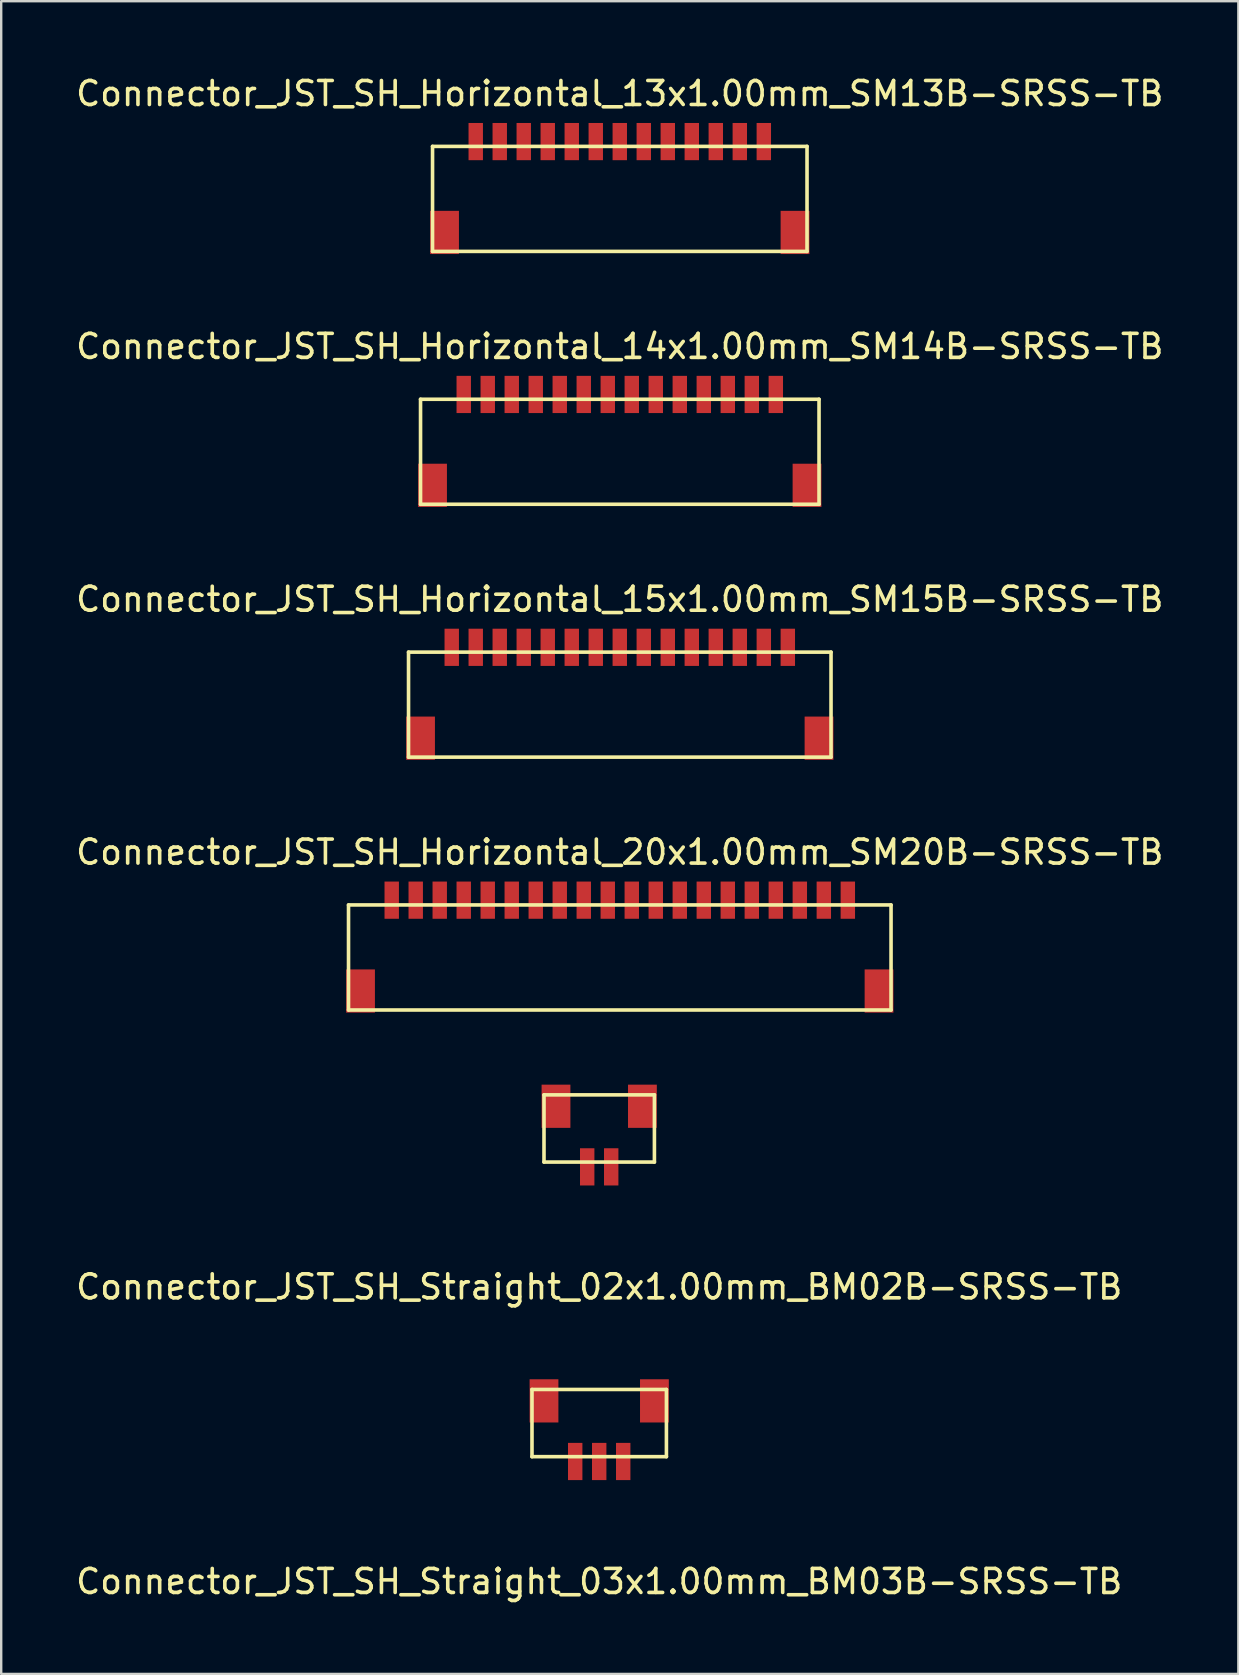
<source format=kicad_pcb>
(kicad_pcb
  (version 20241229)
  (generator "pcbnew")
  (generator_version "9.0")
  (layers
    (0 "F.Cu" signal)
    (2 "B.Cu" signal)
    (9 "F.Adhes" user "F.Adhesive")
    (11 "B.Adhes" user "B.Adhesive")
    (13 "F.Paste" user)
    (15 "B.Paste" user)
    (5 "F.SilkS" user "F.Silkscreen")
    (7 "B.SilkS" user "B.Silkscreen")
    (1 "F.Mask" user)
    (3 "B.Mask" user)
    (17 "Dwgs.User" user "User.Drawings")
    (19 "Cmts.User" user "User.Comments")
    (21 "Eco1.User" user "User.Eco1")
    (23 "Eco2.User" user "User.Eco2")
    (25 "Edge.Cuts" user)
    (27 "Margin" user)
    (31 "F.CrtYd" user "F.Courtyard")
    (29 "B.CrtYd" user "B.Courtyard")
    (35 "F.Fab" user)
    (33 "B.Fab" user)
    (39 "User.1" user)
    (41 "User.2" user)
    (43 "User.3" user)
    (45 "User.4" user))
  (footprint "Connector_JST_SH_Straight_03x1.00mm_BM03B-SRSS-TB"
    (layer "F.Cu")
    (at 21.911 57.831)
    (property "Reference" "Connector_JST_SH_Straight_03x1.00mm_BM03B-SRSS-TB" (at 0 5 0) (layer "F.SilkS") (effects (font (size 1 1) (thickness 0.15))))
    (attr smd)
    (fp_line (start -2.8 -3) (end -2.8 -0.2) (stroke (width 0.15) (type solid)) (layer "F.SilkS"))
    (fp_line (start -2.8 -3) (end 2.8 -3) (stroke (width 0.15) (type solid)) (layer "F.SilkS"))
    (fp_line (start -2.8 -0.2) (end 2.8 -0.2) (stroke (width 0.15) (type solid)) (layer "F.SilkS"))
    (fp_line (start 2.8 -3) (end 2.8 -0.2) (stroke (width 0.15) (type solid)) (layer "F.SilkS"))
    (pad "1" smd rect (at -1 0) (size 0.6 1.55) (layers "F.Cu" "F.Mask" "F.Paste"))
    (pad "2" smd rect (at 0 0) (size 0.6 1.55) (layers "F.Cu" "F.Mask" "F.Paste"))
    (pad "3" smd rect (at 1 0) (size 0.6 1.55) (layers "F.Cu" "F.Mask" "F.Paste"))
    (pad "4" smd rect (at -2.3 -2.525) (size 1.2 1.8) (layers "F.Cu" "F.Mask" "F.Paste"))
    (pad "4" smd rect (at 2.3 -2.525) (size 1.2 1.8) (layers "F.Cu" "F.Mask" "F.Paste")))
  (footprint "Connector_JST_SH_Horizontal_14x1.00mm_SM14B-SRSS-TB"
    (layer "F.Cu")
    (at 22.768 13.382)
    (property "Reference" "Connector_JST_SH_Horizontal_14x1.00mm_SM14B-SRSS-TB" (at 0 -2 0) (layer "F.SilkS") (effects (font (size 1 1) (thickness 0.15))))
    (attr smd)
    (fp_line (start -8.3 0.2) (end 8.3 0.2) (stroke (width 0.15) (type solid)) (layer "F.SilkS"))
    (fp_line (start -8.3 4.575) (end -8.3 0.2) (stroke (width 0.15) (type solid)) (layer "F.SilkS"))
    (fp_line (start -8.3 4.575) (end 8.3 4.575) (stroke (width 0.15) (type solid)) (layer "F.SilkS"))
    (fp_line (start 8.3 4.575) (end 8.3 0.2) (stroke (width 0.15) (type solid)) (layer "F.SilkS"))
    (pad "1" smd rect (at -6.5 0) (size 0.6 1.55) (layers "F.Cu" "F.Mask" "F.Paste"))
    (pad "2" smd rect (at -5.5 0) (size 0.6 1.55) (layers "F.Cu" "F.Mask" "F.Paste"))
    (pad "3" smd rect (at -4.5 0) (size 0.6 1.55) (layers "F.Cu" "F.Mask" "F.Paste"))
    (pad "4" smd rect (at -3.5 0) (size 0.6 1.55) (layers "F.Cu" "F.Mask" "F.Paste"))
    (pad "5" smd rect (at -2.5 0) (size 0.6 1.55) (layers "F.Cu" "F.Mask" "F.Paste"))
    (pad "6" smd rect (at -1.5 0) (size 0.6 1.55) (layers "F.Cu" "F.Mask" "F.Paste"))
    (pad "7" smd rect (at -0.5 0) (size 0.6 1.55) (layers "F.Cu" "F.Mask" "F.Paste"))
    (pad "8" smd rect (at 0.5 0) (size 0.6 1.55) (layers "F.Cu" "F.Mask" "F.Paste"))
    (pad "9" smd rect (at 1.5 0) (size 0.6 1.55) (layers "F.Cu" "F.Mask" "F.Paste"))
    (pad "10" smd rect (at 2.5 0) (size 0.6 1.55) (layers "F.Cu" "F.Mask" "F.Paste"))
    (pad "11" smd rect (at 3.5 0) (size 0.6 1.55) (layers "F.Cu" "F.Mask" "F.Paste"))
    (pad "12" smd rect (at 4.5 0) (size 0.6 1.55) (layers "F.Cu" "F.Mask" "F.Paste"))
    (pad "13" smd rect (at 5.5 0) (size 0.6 1.55) (layers "F.Cu" "F.Mask" "F.Paste"))
    (pad "14" smd rect (at 6.5 0) (size 0.6 1.55) (layers "F.Cu" "F.Mask" "F.Paste"))
    (pad "15" smd rect (at -7.8 3.785) (size 1.2 1.8) (layers "F.Cu" "F.Mask" "F.Paste"))
    (pad "15" smd rect (at 7.8 3.785) (size 1.2 1.8) (layers "F.Cu" "F.Mask" "F.Paste")))
  (footprint "Connector_JST_SH_Horizontal_15x1.00mm_SM15B-SRSS-TB"
    (layer "F.Cu")
    (at 22.768 23.915)
    (property "Reference" "Connector_JST_SH_Horizontal_15x1.00mm_SM15B-SRSS-TB" (at 0 -2 0) (layer "F.SilkS") (effects (font (size 1 1) (thickness 0.15))))
    (attr smd)
    (fp_line (start -8.8 0.2) (end 8.8 0.2) (stroke (width 0.15) (type solid)) (layer "F.SilkS"))
    (fp_line (start -8.8 4.575) (end -8.8 0.2) (stroke (width 0.15) (type solid)) (layer "F.SilkS"))
    (fp_line (start -8.8 4.575) (end 8.8 4.575) (stroke (width 0.15) (type solid)) (layer "F.SilkS"))
    (fp_line (start 8.8 4.575) (end 8.8 0.2) (stroke (width 0.15) (type solid)) (layer "F.SilkS"))
    (pad "1" smd rect (at -7 0) (size 0.6 1.55) (layers "F.Cu" "F.Mask" "F.Paste"))
    (pad "2" smd rect (at -6 0) (size 0.6 1.55) (layers "F.Cu" "F.Mask" "F.Paste"))
    (pad "3" smd rect (at -5 0) (size 0.6 1.55) (layers "F.Cu" "F.Mask" "F.Paste"))
    (pad "4" smd rect (at -4 0) (size 0.6 1.55) (layers "F.Cu" "F.Mask" "F.Paste"))
    (pad "5" smd rect (at -3 0) (size 0.6 1.55) (layers "F.Cu" "F.Mask" "F.Paste"))
    (pad "6" smd rect (at -2 0) (size 0.6 1.55) (layers "F.Cu" "F.Mask" "F.Paste"))
    (pad "7" smd rect (at -1 0) (size 0.6 1.55) (layers "F.Cu" "F.Mask" "F.Paste"))
    (pad "8" smd rect (at 0 0) (size 0.6 1.55) (layers "F.Cu" "F.Mask" "F.Paste"))
    (pad "9" smd rect (at 1 0) (size 0.6 1.55) (layers "F.Cu" "F.Mask" "F.Paste"))
    (pad "10" smd rect (at 2 0) (size 0.6 1.55) (layers "F.Cu" "F.Mask" "F.Paste"))
    (pad "11" smd rect (at 3 0) (size 0.6 1.55) (layers "F.Cu" "F.Mask" "F.Paste"))
    (pad "12" smd rect (at 4 0) (size 0.6 1.55) (layers "F.Cu" "F.Mask" "F.Paste"))
    (pad "13" smd rect (at 5 0) (size 0.6 1.55) (layers "F.Cu" "F.Mask" "F.Paste"))
    (pad "14" smd rect (at 6 0) (size 0.6 1.55) (layers "F.Cu" "F.Mask" "F.Paste"))
    (pad "15" smd rect (at 7 0) (size 0.6 1.55) (layers "F.Cu" "F.Mask" "F.Paste"))
    (pad "16" smd rect (at -8.3 3.785) (size 1.2 1.8) (layers "F.Cu" "F.Mask" "F.Paste"))
    (pad "16" smd rect (at 8.3 3.785) (size 1.2 1.8) (layers "F.Cu" "F.Mask" "F.Paste")))
  (footprint "Connector_JST_SH_Straight_02x1.00mm_BM02B-SRSS-TB"
    (layer "F.Cu")
    (at 21.911 45.558)
    (property "Reference" "Connector_JST_SH_Straight_02x1.00mm_BM02B-SRSS-TB" (at 0 5 0) (layer "F.SilkS") (effects (font (size 1 1) (thickness 0.15))))
    (attr smd)
    (fp_line (start -2.3 -3) (end -2.3 -0.2) (stroke (width 0.15) (type solid)) (layer "F.SilkS"))
    (fp_line (start -2.3 -3) (end 2.3 -3) (stroke (width 0.15) (type solid)) (layer "F.SilkS"))
    (fp_line (start -2.3 -0.2) (end 2.3 -0.2) (stroke (width 0.15) (type solid)) (layer "F.SilkS"))
    (fp_line (start 2.3 -3) (end 2.3 -0.2) (stroke (width 0.15) (type solid)) (layer "F.SilkS"))
    (pad "1" smd rect (at -0.5 0) (size 0.6 1.55) (layers "F.Cu" "F.Mask" "F.Paste"))
    (pad "2" smd rect (at 0.5 0) (size 0.6 1.55) (layers "F.Cu" "F.Mask" "F.Paste"))
    (pad "3" smd rect (at -1.8 -2.525) (size 1.2 1.8) (layers "F.Cu" "F.Mask" "F.Paste"))
    (pad "3" smd rect (at 1.8 -2.525) (size 1.2 1.8) (layers "F.Cu" "F.Mask" "F.Paste")))
  (footprint "Connector_JST_SH_Horizontal_13x1.00mm_SM13B-SRSS-TB"
    (layer "F.Cu")
    (at 22.768 2.848)
    (property "Reference" "Connector_JST_SH_Horizontal_13x1.00mm_SM13B-SRSS-TB" (at 0 -2 0) (layer "F.SilkS") (effects (font (size 1 1) (thickness 0.15))))
    (attr smd)
    (fp_line (start -7.8 0.2) (end 7.8 0.2) (stroke (width 0.15) (type solid)) (layer "F.SilkS"))
    (fp_line (start -7.8 4.575) (end -7.8 0.2) (stroke (width 0.15) (type solid)) (layer "F.SilkS"))
    (fp_line (start -7.8 4.575) (end 7.8 4.575) (stroke (width 0.15) (type solid)) (layer "F.SilkS"))
    (fp_line (start 7.8 4.575) (end 7.8 0.2) (stroke (width 0.15) (type solid)) (layer "F.SilkS"))
    (pad "1" smd rect (at -6 0) (size 0.6 1.55) (layers "F.Cu" "F.Mask" "F.Paste"))
    (pad "2" smd rect (at -5 0) (size 0.6 1.55) (layers "F.Cu" "F.Mask" "F.Paste"))
    (pad "3" smd rect (at -4 0) (size 0.6 1.55) (layers "F.Cu" "F.Mask" "F.Paste"))
    (pad "4" smd rect (at -3 0) (size 0.6 1.55) (layers "F.Cu" "F.Mask" "F.Paste"))
    (pad "5" smd rect (at -2 0) (size 0.6 1.55) (layers "F.Cu" "F.Mask" "F.Paste"))
    (pad "6" smd rect (at -1 0) (size 0.6 1.55) (layers "F.Cu" "F.Mask" "F.Paste"))
    (pad "7" smd rect (at 0 0) (size 0.6 1.55) (layers "F.Cu" "F.Mask" "F.Paste"))
    (pad "8" smd rect (at 1 0) (size 0.6 1.55) (layers "F.Cu" "F.Mask" "F.Paste"))
    (pad "9" smd rect (at 2 0) (size 0.6 1.55) (layers "F.Cu" "F.Mask" "F.Paste"))
    (pad "10" smd rect (at 3 0) (size 0.6 1.55) (layers "F.Cu" "F.Mask" "F.Paste"))
    (pad "11" smd rect (at 4 0) (size 0.6 1.55) (layers "F.Cu" "F.Mask" "F.Paste"))
    (pad "12" smd rect (at 5 0) (size 0.6 1.55) (layers "F.Cu" "F.Mask" "F.Paste"))
    (pad "13" smd rect (at 6 0) (size 0.6 1.55) (layers "F.Cu" "F.Mask" "F.Paste"))
    (pad "14" smd rect (at -7.3 3.785) (size 1.2 1.8) (layers "F.Cu" "F.Mask" "F.Paste"))
    (pad "14" smd rect (at 7.3 3.785) (size 1.2 1.8) (layers "F.Cu" "F.Mask" "F.Paste")))
  (footprint "Connector_JST_SH_Horizontal_20x1.00mm_SM20B-SRSS-TB"
    (layer "F.Cu")
    (at 22.768 34.448)
    (property "Reference" "Connector_JST_SH_Horizontal_20x1.00mm_SM20B-SRSS-TB" (at 0 -2 0) (layer "F.SilkS") (effects (font (size 1 1) (thickness 0.15))))
    (attr smd)
    (fp_line (start -11.3 0.2) (end 11.3 0.2) (stroke (width 0.15) (type solid)) (layer "F.SilkS"))
    (fp_line (start -11.3 4.575) (end -11.3 0.2) (stroke (width 0.15) (type solid)) (layer "F.SilkS"))
    (fp_line (start -11.3 4.575) (end 11.3 4.575) (stroke (width 0.15) (type solid)) (layer "F.SilkS"))
    (fp_line (start 11.3 4.575) (end 11.3 0.2) (stroke (width 0.15) (type solid)) (layer "F.SilkS"))
    (pad "1" smd rect (at -9.5 0) (size 0.6 1.55) (layers "F.Cu" "F.Mask" "F.Paste"))
    (pad "2" smd rect (at -8.5 0) (size 0.6 1.55) (layers "F.Cu" "F.Mask" "F.Paste"))
    (pad "3" smd rect (at -7.5 0) (size 0.6 1.55) (layers "F.Cu" "F.Mask" "F.Paste"))
    (pad "4" smd rect (at -6.5 0) (size 0.6 1.55) (layers "F.Cu" "F.Mask" "F.Paste"))
    (pad "5" smd rect (at -5.5 0) (size 0.6 1.55) (layers "F.Cu" "F.Mask" "F.Paste"))
    (pad "6" smd rect (at -4.5 0) (size 0.6 1.55) (layers "F.Cu" "F.Mask" "F.Paste"))
    (pad "7" smd rect (at -3.5 0) (size 0.6 1.55) (layers "F.Cu" "F.Mask" "F.Paste"))
    (pad "8" smd rect (at -2.5 0) (size 0.6 1.55) (layers "F.Cu" "F.Mask" "F.Paste"))
    (pad "9" smd rect (at -1.5 0) (size 0.6 1.55) (layers "F.Cu" "F.Mask" "F.Paste"))
    (pad "10" smd rect (at -0.5 0) (size 0.6 1.55) (layers "F.Cu" "F.Mask" "F.Paste"))
    (pad "11" smd rect (at 0.5 0) (size 0.6 1.55) (layers "F.Cu" "F.Mask" "F.Paste"))
    (pad "12" smd rect (at 1.5 0) (size 0.6 1.55) (layers "F.Cu" "F.Mask" "F.Paste"))
    (pad "13" smd rect (at 2.5 0) (size 0.6 1.55) (layers "F.Cu" "F.Mask" "F.Paste"))
    (pad "14" smd rect (at 3.5 0) (size 0.6 1.55) (layers "F.Cu" "F.Mask" "F.Paste"))
    (pad "15" smd rect (at 4.5 0) (size 0.6 1.55) (layers "F.Cu" "F.Mask" "F.Paste"))
    (pad "16" smd rect (at 5.5 0) (size 0.6 1.55) (layers "F.Cu" "F.Mask" "F.Paste"))
    (pad "17" smd rect (at 6.5 0) (size 0.6 1.55) (layers "F.Cu" "F.Mask" "F.Paste"))
    (pad "18" smd rect (at 7.5 0) (size 0.6 1.55) (layers "F.Cu" "F.Mask" "F.Paste"))
    (pad "19" smd rect (at 8.5 0) (size 0.6 1.55) (layers "F.Cu" "F.Mask" "F.Paste"))
    (pad "20" smd rect (at 9.5 0) (size 0.6 1.55) (layers "F.Cu" "F.Mask" "F.Paste"))
    (pad "21" smd rect (at -10.8 3.785) (size 1.2 1.8) (layers "F.Cu" "F.Mask" "F.Paste"))
    (pad "21" smd rect (at 10.8 3.785) (size 1.2 1.8) (layers "F.Cu" "F.Mask" "F.Paste")))
  (gr_rect
    (start -3 -3)
    (end 48.536 66.68)
    (stroke (width 0.1) (type default))
    (fill no)
    (layer "Edge.Cuts")))
</source>
